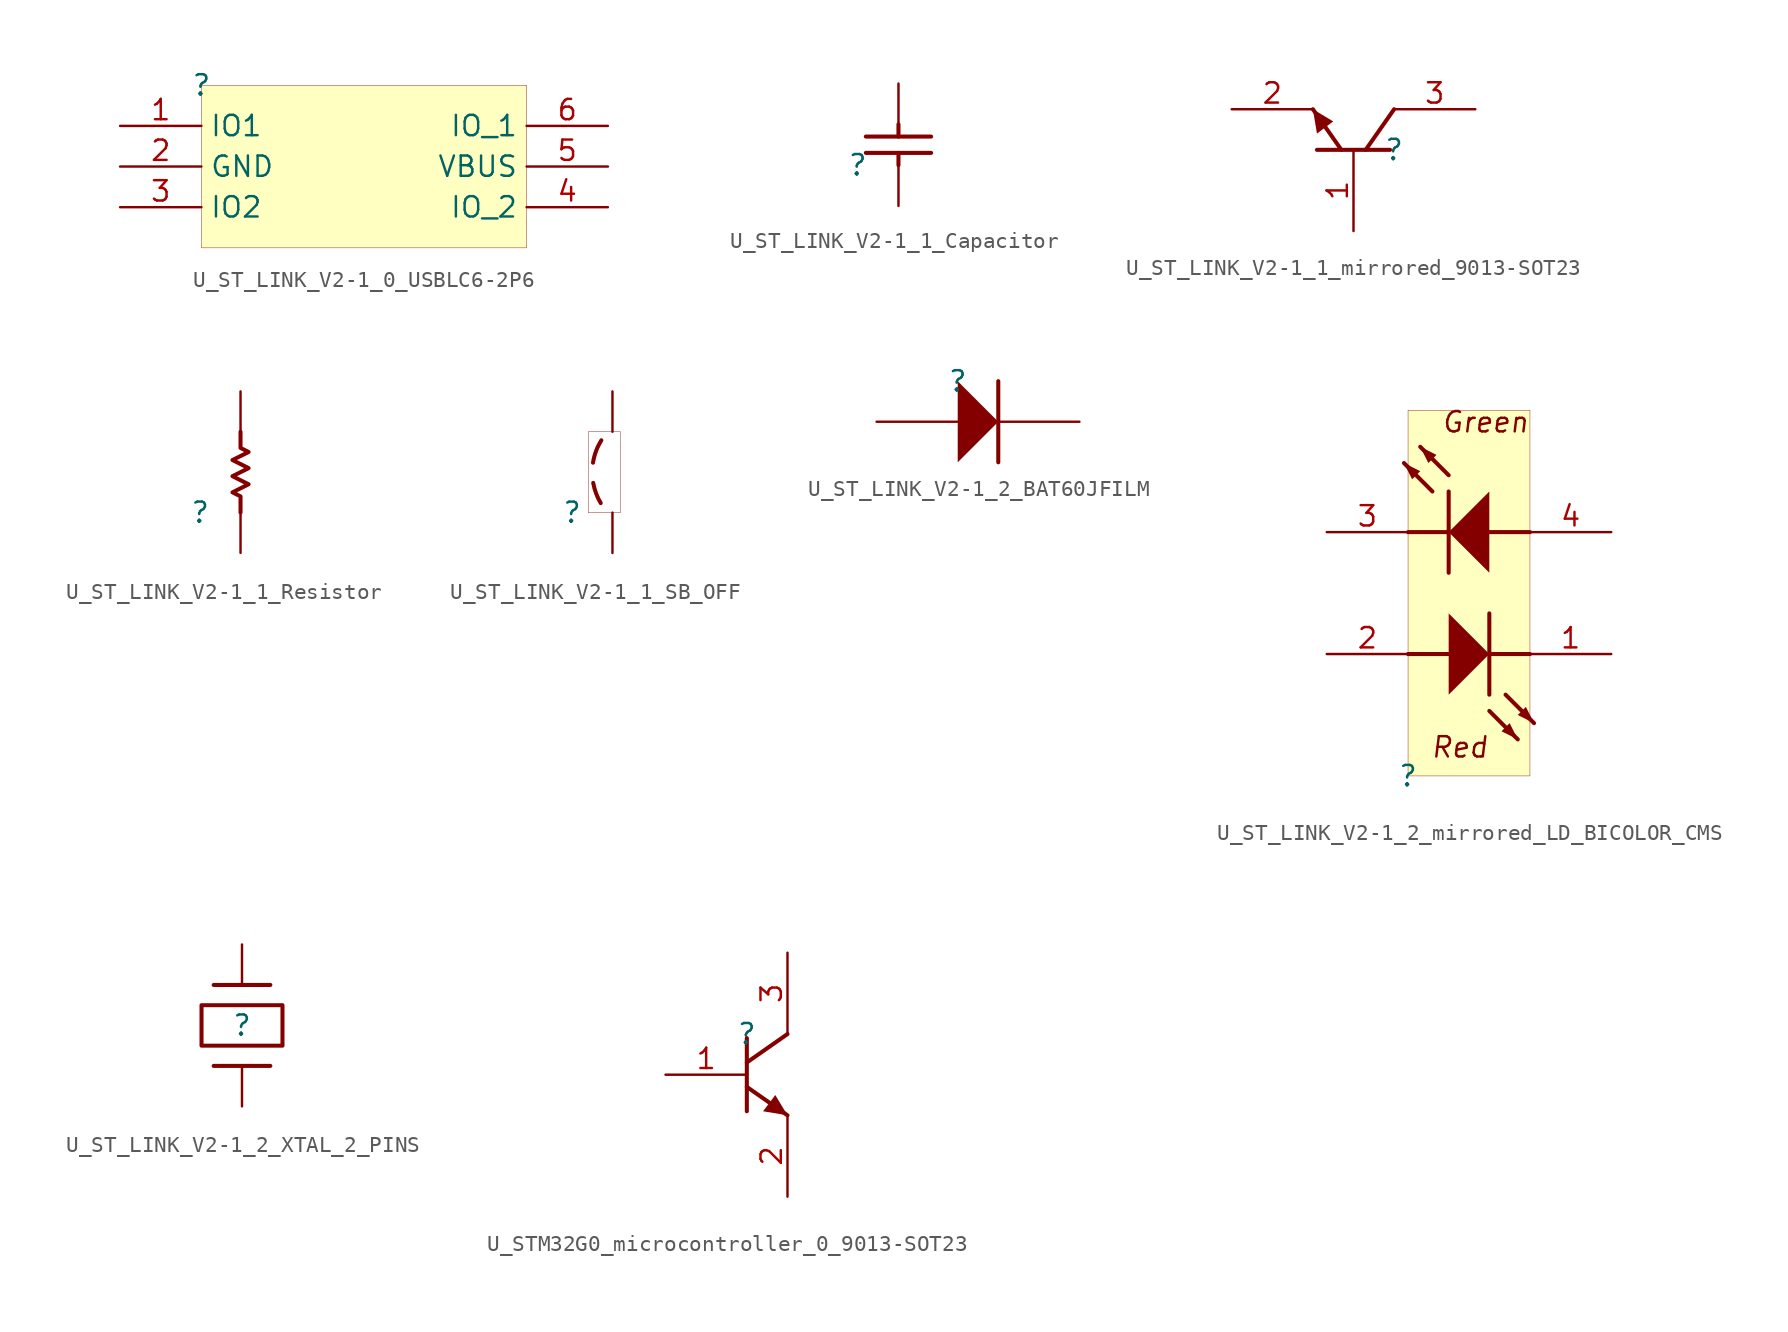
<source format=kicad_sym>
(kicad_symbol_lib
  (version 20231120)
  (generator "kicad_symbol_editor")
  (generator_version "8.0")
  (symbol "U_ST_LINK_V2-1_0_USBLC6-2P6"
    (property "Reference" ""
      (at 0 0 0)
      (effects (font (size 1.27 1.27))))
    (property "Value" ""
      (at 0 0 0)
      (effects (font (size 1.27 1.27))))
    (symbol "U_ST_LINK_V2-1_0_USBLC6-2P6_1_0"
      (rectangle (start 20.32 0) (end 0 -10.16) (stroke (width 0.025) (type solid) (color 128 0 0 1)) (fill (type background)))
      (pin passive line (at -5.08 -2.54 0) (length 5.08) (name "IO1" (effects (font (size 1.27 1.27)))) (number "1" (effects (font (size 1.27 1.27)))))
      (pin passive line (at -5.08 -5.08 0) (length 5.08) (name "GND" (effects (font (size 1.27 1.27)))) (number "2" (effects (font (size 1.27 1.27)))))
      (pin passive line (at -5.08 -7.62 0) (length 5.08) (name "IO2" (effects (font (size 1.27 1.27)))) (number "3" (effects (font (size 1.27 1.27)))))
      (pin passive line (at 25.4 -7.62 180) (length 5.08) (name "IO_2" (effects (font (size 1.27 1.27)))) (number "4" (effects (font (size 1.27 1.27)))))
      (pin passive line (at 25.4 -5.08 180) (length 5.08) (name "VBUS" (effects (font (size 1.27 1.27)))) (number "5" (effects (font (size 1.27 1.27)))))
      (pin passive line (at 25.4 -2.54 180) (length 5.08) (name "IO_1" (effects (font (size 1.27 1.27)))) (number "6" (effects (font (size 1.27 1.27)))))))
  (symbol "U_ST_LINK_V2-1_1_Capacitor"
    (property "Reference" ""
      (at 0 0 0)
      (effects (font (size 1.27 1.27))))
    (property "Value" ""
      (at 0 0 0)
      (effects (font (size 1.27 1.27))))
    (symbol "U_ST_LINK_V2-1_1_Capacitor_1_0"
      (polyline (pts (xy 0.508 1.778) (xy 4.572 1.778)) (stroke (width 0.254) (type solid)) (fill (type none)))
      (polyline (pts (xy 2.54 0) (xy 2.54 0.762)) (stroke (width 0.254) (type solid)) (fill (type none)))
      (polyline (pts (xy 2.54 2.54) (xy 2.54 1.778)) (stroke (width 0.254) (type solid)) (fill (type none)))
      (polyline (pts (xy 4.572 0.762) (xy 0.508 0.762)) (stroke (width 0.254) (type solid)) (fill (type none)))
      (pin passive line (at 2.54 -2.54 90) (length 2.54) (name "1" (effects (font (size 0 0)))) (number "1" (effects (font (size 0 0)))))
      (pin passive line (at 2.54 5.08 270) (length 2.54) (name "2" (effects (font (size 0 0)))) (number "2" (effects (font (size 0 0)))))))
  (symbol "U_ST_LINK_V2-1_1_mirrored_9013-SOT23"
    (property "Reference" ""
      (at 0 0 0)
      (effects (font (size 1.27 1.27))))
    (property "Value" ""
      (at 0 0 0)
      (effects (font (size 1.27 1.27))))
    (symbol "U_ST_LINK_V2-1_1_mirrored_9013-SOT23_1_0"
      (polyline (pts (xy -3.302 0) (xy -5.08 2.54)) (stroke (width 0.254) (type solid)) (fill (type none)))
      (polyline (pts (xy -0.254 0) (xy -4.826 0)) (stroke (width 0.254) (type solid)) (fill (type none)))
      (polyline (pts (xy 0 2.54) (xy -1.778 0)) (stroke (width 0.254) (type solid)) (fill (type none)))
      (polyline (pts (xy -5.08 2.54) (xy -3.81 1.778) (xy -4.826 1.016) (xy -5.08 2.54)) (stroke (width -0.0001) (type solid)) (fill (type outline)))
      (pin passive line (at -2.54 -5.08 90) (length 5.08) (name "B" (effects (font (size 0 0)))) (number "1" (effects (font (size 1.27 1.27)))))
      (pin passive line (at -10.16 2.54 0) (length 5.08) (name "E" (effects (font (size 0 0)))) (number "2" (effects (font (size 1.27 1.27)))))
      (pin passive line (at 5.08 2.54 180) (length 5.08) (name "C" (effects (font (size 0 0)))) (number "3" (effects (font (size 1.27 1.27)))))))
  (symbol "U_ST_LINK_V2-1_1_Resistor"
    (property "Reference" ""
      (at 0 0 0)
      (effects (font (size 1.27 1.27))))
    (property "Value" ""
      (at 0 0 0)
      (effects (font (size 1.27 1.27))))
    (symbol "U_ST_LINK_V2-1_1_Resistor_1_0"
      (polyline (pts (xy 2.54 5.08) (xy 2.54 4.064) (xy 3.048 3.81) (xy 2.032 3.302) (xy 3.048 2.794) (xy 2.032 2.286) (xy 3.048 1.778) (xy 2.032 1.27) (xy 2.54 1.016) (xy 2.54 0)) (stroke (width 0.254) (type solid)) (fill (type none)))
      (pin passive line (at 2.54 -2.54 90) (length 2.54) (name "1" (effects (font (size 0 0)))) (number "1" (effects (font (size 0 0)))))
      (pin passive line (at 2.54 7.62 270) (length 2.54) (name "2" (effects (font (size 0 0)))) (number "2" (effects (font (size 0 0)))))))
  (symbol "U_ST_LINK_V2-1_1_SB_OFF"
    (property "Reference" ""
      (at 0 0 0)
      (effects (font (size 1.27 1.27))))
    (property "Value" ""
      (at 0 0 0)
      (effects (font (size 1.27 1.27))))
    (symbol "U_ST_LINK_V2-1_1_SB_OFF_1_0"
      (arc (start 1.3301 1.8657) (mid 1.5097 1.2098) (end 1.803 0.5963) (stroke (width 0.254) (type solid)) (fill (type none)))
      (arc (start 1.8415 4.5471) (mid 1.509 3.8681) (end 1.317 3.1369) (stroke (width 0.254) (type solid)) (fill (type none)))
      (rectangle (start 3.048 5.08) (end 1.016 0) (stroke (width 0.025) (type solid) (color 128 0 0 1)) (fill (type color) (color 255 255 255 0.5)))
      (pin passive line (at 2.54 -2.54 90) (length 2.54) (name "1" (effects (font (size 0 0)))) (number "1" (effects (font (size 0 0)))))
      (pin passive line (at 2.54 7.62 270) (length 2.54) (name "2" (effects (font (size 0 0)))) (number "2" (effects (font (size 0 0)))))))
  (symbol "U_ST_LINK_V2-1_2_BAT60JFILM"
    (property "Reference" ""
      (at 0 0 0)
      (effects (font (size 1.27 1.27))))
    (property "Value" ""
      (at 0 0 0)
      (effects (font (size 1.27 1.27))))
    (symbol "U_ST_LINK_V2-1_2_BAT60JFILM_1_0"
      (polyline (pts (xy 2.54 0) (xy 2.54 -5.08)) (stroke (width 0.254) (type solid)) (fill (type none)))
      (polyline (pts (xy 0 -5.08) (xy 2.54 -2.54) (xy 0 0) (xy 0 -5.08)) (stroke (width -0.0001) (type solid)) (fill (type outline)))
      (pin passive line (at -5.08 -2.54 0) (length 5.08) (name "A" (effects (font (size 0 0)))) (number "1" (effects (font (size 0 0)))))
      (pin passive line (at 7.62 -2.54 180) (length 5.08) (name "K" (effects (font (size 0 0)))) (number "2" (effects (font (size 0 0)))))))
  (symbol "U_ST_LINK_V2-1_2_mirrored_LD_BICOLOR_CMS"
    (property "Reference" ""
      (at 0 0 0)
      (effects (font (size 1.27 1.27))))
    (property "Value" ""
      (at 0 0 0)
      (effects (font (size 1.27 1.27))))
    (symbol "U_ST_LINK_V2-1_2_mirrored_LD_BICOLOR_CMS_1_0"
      (polyline (pts (xy 0 7.62) (xy 2.54 7.62)) (stroke (width 0.254) (type solid)) (fill (type none)))
      (polyline (pts (xy 0 15.24) (xy 2.54 15.24)) (stroke (width 0.254) (type solid)) (fill (type none)))
      (polyline (pts (xy 1.524 17.78) (xy -0.254 19.558)) (stroke (width 0.254) (type solid)) (fill (type none)))
      (polyline (pts (xy 2.54 12.7) (xy 2.54 17.78)) (stroke (width 0.254) (type solid)) (fill (type none)))
      (polyline (pts (xy 2.54 18.796) (xy 0.762 20.574)) (stroke (width 0.254) (type solid)) (fill (type none)))
      (polyline (pts (xy 5.08 4.064) (xy 6.858 2.286)) (stroke (width 0.254) (type solid)) (fill (type none)))
      (polyline (pts (xy 5.08 10.16) (xy 5.08 5.08)) (stroke (width 0.254) (type solid)) (fill (type none)))
      (polyline (pts (xy 6.096 5.08) (xy 7.874 3.302)) (stroke (width 0.254) (type solid)) (fill (type none)))
      (polyline (pts (xy 7.62 7.62) (xy 5.08 7.62)) (stroke (width 0.254) (type solid)) (fill (type none)))
      (polyline (pts (xy 7.62 15.24) (xy 5.08 15.24)) (stroke (width 0.254) (type solid)) (fill (type none)))
      (polyline (pts (xy -0.254 19.558) (xy 0.254 18.542) (xy 0.762 19.05) (xy -0.254 19.558)) (stroke (width -0.0001) (type solid)) (fill (type outline)))
      (polyline (pts (xy 0.762 20.574) (xy 1.27 19.558) (xy 1.778 20.066) (xy 0.762 20.574)) (stroke (width -0.0001) (type solid)) (fill (type outline)))
      (polyline (pts (xy 2.54 5.08) (xy 5.08 7.62) (xy 2.54 10.16) (xy 2.54 5.08)) (stroke (width -0.0001) (type solid)) (fill (type outline)))
      (polyline (pts (xy 5.08 17.78) (xy 2.54 15.24) (xy 5.08 12.7) (xy 5.08 17.78)) (stroke (width -0.0001) (type solid)) (fill (type outline)))
      (polyline (pts (xy 6.858 2.286) (xy 6.35 3.302) (xy 5.842 2.794) (xy 6.858 2.286)) (stroke (width -0.0001) (type solid)) (fill (type outline)))
      (polyline (pts (xy 7.874 3.302) (xy 7.366 4.318) (xy 6.858 3.81) (xy 7.874 3.302)) (stroke (width -0.0001) (type solid)) (fill (type outline)))
      (rectangle (start 7.62 22.86) (end 0 0) (stroke (width 0.025) (type solid) (color 128 0 0 1)) (fill (type background)))
      (text "Green" (at 7.62 22.86 0) (effects (font (size 1.27 1.27) (italic yes)) (justify right top)))
      (text "Red" (at 5.08 2.54 0) (effects (font (size 1.27 1.27) (italic yes)) (justify right top)))
      (pin passive line (at 12.7 7.62 180) (length 5.08) (name "RED_cathode" (effects (font (size 0 0)))) (number "1" (effects (font (size 1.27 1.27)))))
      (pin passive line (at -5.08 7.62 0) (length 5.08) (name "Red_anode" (effects (font (size 0 0)))) (number "2" (effects (font (size 1.27 1.27)))))
      (pin passive line (at -5.08 15.24 0) (length 5.08) (name "YellowGreen_cathode" (effects (font (size 0 0)))) (number "3" (effects (font (size 1.27 1.27)))))
      (pin passive line (at 12.7 15.24 180) (length 5.08) (name "YellowGreen_anode" (effects (font (size 0 0)))) (number "4" (effects (font (size 1.27 1.27)))))))
  (symbol "U_ST_LINK_V2-1_2_XTAL_2_PINS"
    (property "Reference" ""
      (at 0 0 0)
      (effects (font (size 1.27 1.27))))
    (property "Value" ""
      (at 0 0 0)
      (effects (font (size 1.27 1.27))))
    (symbol "U_ST_LINK_V2-1_2_XTAL_2_PINS_1_0"
      (polyline (pts (xy -1.778 -2.54) (xy 1.778 -2.54)) (stroke (width 0.254) (type solid)) (fill (type none)))
      (polyline (pts (xy -1.778 2.54) (xy 1.778 2.54)) (stroke (width 0.254) (type solid)) (fill (type none)))
      (rectangle (start 2.54 1.27) (end -2.54 -1.27) (stroke (width 0.254) (type solid)) (fill (type color) (color 255 255 255 0.5)))
      (pin passive line (at 0 5.08 270) (length 2.54) (name "X1" (effects (font (size 0 0)))) (number "1" (effects (font (size 0 0)))))
      (pin passive line (at 0 -5.08 90) (length 2.54) (name "X2" (effects (font (size 0 0)))) (number "2" (effects (font (size 0 0)))))))
  (symbol "U_STM32G0_microcontroller_0_9013-SOT23"
    (property "Reference" ""
      (at 0 0 0)
      (effects (font (size 1.27 1.27))))
    (property "Value" ""
      (at 0 0 0)
      (effects (font (size 1.27 1.27))))
    (symbol "U_STM32G0_microcontroller_0_9013-SOT23_1_0"
      (polyline (pts (xy 0 -3.302) (xy 2.54 -5.08)) (stroke (width 0.254) (type solid)) (fill (type none)))
      (polyline (pts (xy 0 -0.254) (xy 0 -4.826)) (stroke (width 0.254) (type solid)) (fill (type none)))
      (polyline (pts (xy 2.54 0) (xy 0 -1.778)) (stroke (width 0.254) (type solid)) (fill (type none)))
      (polyline (pts (xy 2.54 -5.08) (xy 1.778 -3.81) (xy 1.016 -4.826) (xy 2.54 -5.08)) (stroke (width -0.0001) (type solid)) (fill (type outline)))
      (pin passive line (at -5.08 -2.54 0) (length 5.08) (name "B" (effects (font (size 0 0)))) (number "1" (effects (font (size 1.27 1.27)))))
      (pin passive line (at 2.54 -10.16 90) (length 5.08) (name "E" (effects (font (size 0 0)))) (number "2" (effects (font (size 1.27 1.27)))))
      (pin passive line (at 2.54 5.08 270) (length 5.08) (name "C" (effects (font (size 0 0)))) (number "3" (effects (font (size 1.27 1.27))))))))
</source>
